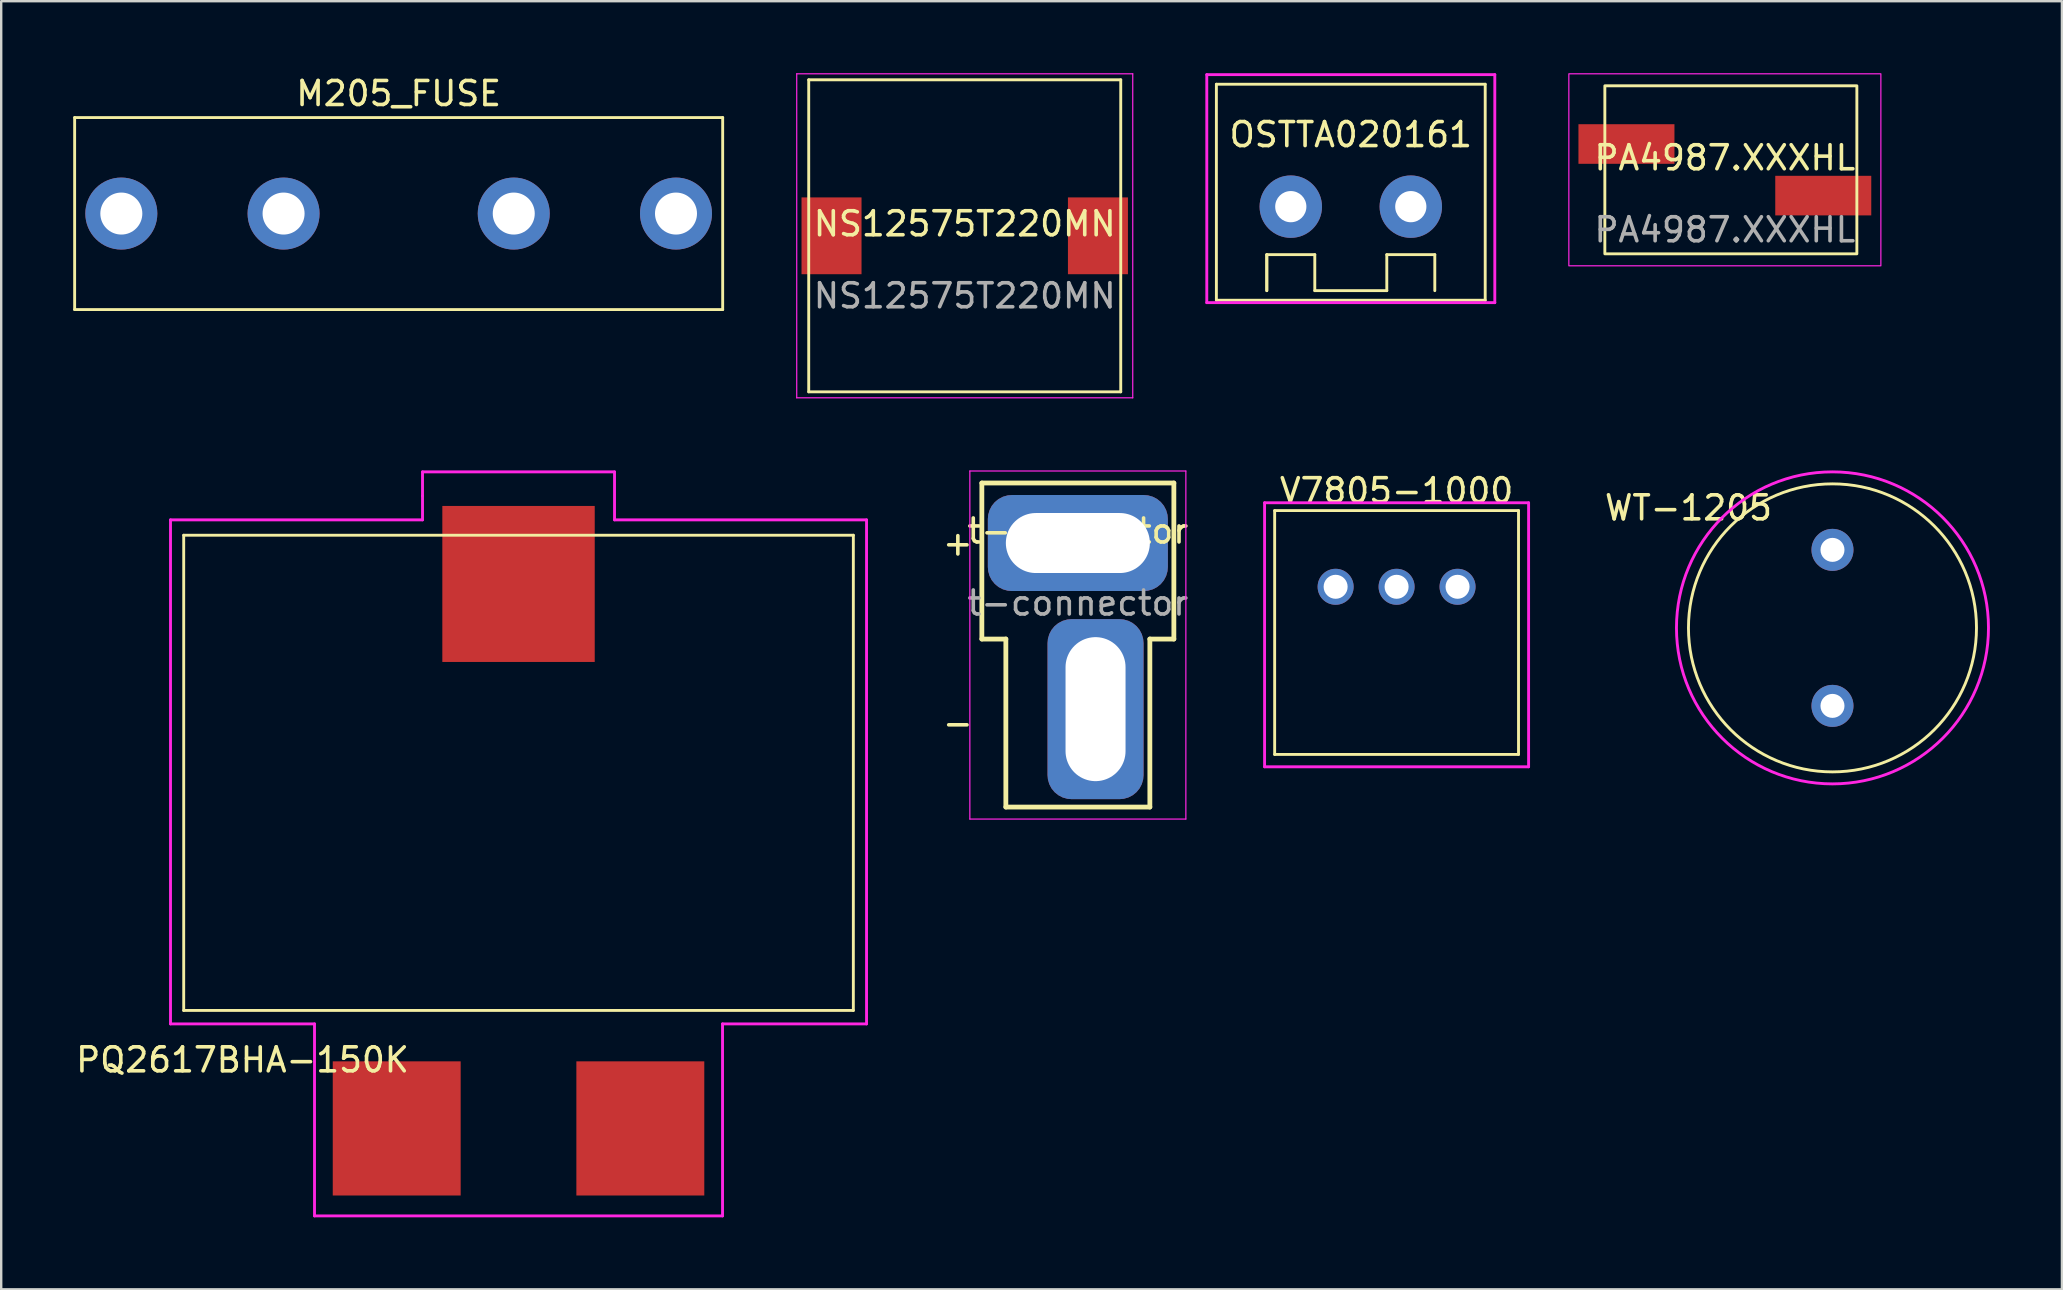
<source format=kicad_pcb>
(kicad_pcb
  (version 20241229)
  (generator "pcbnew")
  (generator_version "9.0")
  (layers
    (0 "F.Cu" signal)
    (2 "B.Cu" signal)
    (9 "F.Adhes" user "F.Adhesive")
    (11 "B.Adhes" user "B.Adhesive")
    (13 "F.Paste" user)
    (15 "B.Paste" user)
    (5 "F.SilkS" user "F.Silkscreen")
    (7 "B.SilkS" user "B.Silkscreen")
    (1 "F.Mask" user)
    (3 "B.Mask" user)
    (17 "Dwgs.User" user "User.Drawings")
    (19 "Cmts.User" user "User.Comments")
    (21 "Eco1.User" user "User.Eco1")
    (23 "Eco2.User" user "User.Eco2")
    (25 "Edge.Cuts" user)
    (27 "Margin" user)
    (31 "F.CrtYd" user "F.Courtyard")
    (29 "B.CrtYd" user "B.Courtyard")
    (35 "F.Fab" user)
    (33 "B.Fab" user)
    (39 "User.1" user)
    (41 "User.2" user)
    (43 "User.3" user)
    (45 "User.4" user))
  (footprint "M205_FUSE"
    (layer "F.Cu")
    (at 13.56 5.848)
    (property "Reference" "M205_FUSE" (at 0 -5 0) (layer "F.SilkS") (effects (font (size 1 1) (thickness 0.15))))
    (attr through_hole)
    (fp_line (start -13.5 -4) (end 13.5 -4) (stroke (width 0.12) (type solid)) (layer "F.SilkS"))
    (fp_line (start -13.5 4) (end -13.5 -4) (stroke (width 0.12) (type solid)) (layer "F.SilkS"))
    (fp_line (start 13.5 -4) (end 13.5 4) (stroke (width 0.12) (type solid)) (layer "F.SilkS"))
    (fp_line (start 13.5 4) (end -13.5 4) (stroke (width 0.12) (type solid)) (layer "F.SilkS"))
    (pad "1" thru_hole circle (at -11.555 0) (size 3 3) (drill 1.75) (layers "*.Cu" "*.Mask"))
    (pad "1" thru_hole circle (at -4.795 0) (size 3 3) (drill 1.75) (layers "*.Cu" "*.Mask"))
    (pad "2" thru_hole circle (at 4.795 0) (size 3 3) (drill 1.75) (layers "*.Cu" "*.Mask"))
    (pad "2" thru_hole circle (at 11.555 0) (size 3 3) (drill 1.75) (layers "*.Cu" "*.Mask")))
  (footprint "OSTTA020161"
    (layer "F.Cu")
    (at 53.23 5.56)
    (property "Reference" "OSTTA020161" (at 0 -3 0) (layer "F.SilkS") (effects (font (size 1 1) (thickness 0.15))))
    (attr through_hole)
    (fp_line (start -5.6 -5.1) (end 5.6 -5.1) (stroke (width 0.12) (type solid)) (layer "F.SilkS"))
    (fp_line (start -5.6 3.9) (end -5.6 -5.1) (stroke (width 0.12) (type solid)) (layer "F.SilkS"))
    (fp_line (start -5.6 3.9) (end 5.6 3.9) (stroke (width 0.12) (type solid)) (layer "F.SilkS"))
    (fp_line (start -3.5 2) (end -3.5 3.5) (stroke (width 0.12) (type solid)) (layer "F.SilkS"))
    (fp_line (start -3.5 2) (end -1.5 2) (stroke (width 0.12) (type solid)) (layer "F.SilkS"))
    (fp_line (start -3.5 3.5) (end -3.5 2) (stroke (width 0.12) (type solid)) (layer "F.SilkS"))
    (fp_line (start -1.5 2) (end -1.5 3.5) (stroke (width 0.12) (type solid)) (layer "F.SilkS"))
    (fp_line (start -1.5 3.5) (end 1.5 3.5) (stroke (width 0.12) (type solid)) (layer "F.SilkS"))
    (fp_line (start 1.5 2) (end 3.5 2) (stroke (width 0.12) (type solid)) (layer "F.SilkS"))
    (fp_line (start 1.5 3.5) (end 1.5 2) (stroke (width 0.12) (type solid)) (layer "F.SilkS"))
    (fp_line (start 3.5 2) (end 3.5 3.5) (stroke (width 0.12) (type solid)) (layer "F.SilkS"))
    (fp_line (start 5.6 3.9) (end 5.6 -5.1) (stroke (width 0.12) (type solid)) (layer "F.SilkS"))
    (fp_line (start -6 -5.5) (end -6 4) (stroke (width 0.12) (type solid)) (layer "F.CrtYd"))
    (fp_line (start -6 4) (end 6 4) (stroke (width 0.12) (type solid)) (layer "F.CrtYd"))
    (fp_line (start 6 -5.5) (end -6 -5.5) (stroke (width 0.12) (type solid)) (layer "F.CrtYd"))
    (fp_line (start 6 4) (end 6 -5.5) (stroke (width 0.12) (type solid)) (layer "F.CrtYd"))
    (pad "1" thru_hole circle (at -2.5 0) (size 2.6 2.6) (drill 1.3) (layers "*.Cu" "*.Mask"))
    (pad "2" thru_hole circle (at 2.5 0) (size 2.6 2.6) (drill 1.3) (layers "*.Cu" "*.Mask")))
  (footprint "NS12575T220MN"
    (layer "F.Cu")
    (at 37.145 6.775)
    (property "Reference" "NS12575T220MN" (at 0 -0.5 0) (unlocked yes) (layer "F.SilkS") (effects (font (size 1 1) (thickness 0.15))))
    (attr smd)
    (fp_line (start -6.5 -6.5) (end -6.5 6.5) (stroke (width 0.12) (type solid)) (layer "F.SilkS"))
    (fp_line (start -6.5 6.5) (end 6.5 6.5) (stroke (width 0.12) (type solid)) (layer "F.SilkS"))
    (fp_line (start 6.5 -6.5) (end -6.5 -6.5) (stroke (width 0.12) (type solid)) (layer "F.SilkS"))
    (fp_line (start 6.5 6.5) (end 6.5 -6.5) (stroke (width 0.12) (type solid)) (layer "F.SilkS"))
    (fp_line (start -7 -6.75) (end 7 -6.75) (stroke (width 0.05) (type solid)) (layer "F.CrtYd"))
    (fp_line (start -7 6.75) (end -7 -6.75) (stroke (width 0.05) (type solid)) (layer "F.CrtYd"))
    (fp_line (start 7 -6.75) (end 7 6.75) (stroke (width 0.05) (type solid)) (layer "F.CrtYd"))
    (fp_line (start 7 6.75) (end -7 6.75) (stroke (width 0.05) (type solid)) (layer "F.CrtYd"))
    (fp_text user "${REFERENCE}" (at 0 2.5 0) (unlocked yes) (layer "F.Fab") (effects (font (size 1 1) (thickness 0.15))))
    (pad "1" smd rect (at -5.55 0) (size 2.5 3.2) (layers "F.Cu" "F.Mask" "F.Paste"))
    (pad "2" smd rect (at 5.55 0) (size 2.5 3.2) (layers "F.Cu" "F.Mask" "F.Paste")))
  (footprint "PQ2617BHA-150K"
    (layer "F.Cu")
    (at 18.554 29.61)
    (property "Reference" "PQ2617BHA-150K" (at -11.5 11.5 0) (layer "F.SilkS") (effects (font (size 1 1) (thickness 0.15))))
    (attr through_hole)
    (fp_line (start -13.95 -10.36) (end -13.95 9.44) (stroke (width 0.12) (type solid)) (layer "F.SilkS"))
    (fp_line (start -13.95 -10.36) (end 13.95 -10.36) (stroke (width 0.12) (type solid)) (layer "F.SilkS"))
    (fp_line (start -13.95 9.44) (end 13.95 9.44) (stroke (width 0.12) (type solid)) (layer "F.SilkS"))
    (fp_line (start 13.95 -10.36) (end 13.95 9.44) (stroke (width 0.12) (type solid)) (layer "F.SilkS"))
    (fp_line (start -14.5 -11) (end -14.5 10) (stroke (width 0.12) (type solid)) (layer "F.CrtYd"))
    (fp_line (start -14.5 10) (end -8.5 10) (stroke (width 0.12) (type solid)) (layer "F.CrtYd"))
    (fp_line (start -8.5 10) (end -8.5 18) (stroke (width 0.12) (type solid)) (layer "F.CrtYd"))
    (fp_line (start -8.5 18) (end 8.5 18) (stroke (width 0.12) (type solid)) (layer "F.CrtYd"))
    (fp_line (start -4 -13) (end -4 -12) (stroke (width 0.12) (type solid)) (layer "F.CrtYd"))
    (fp_line (start -4 -12) (end -4 -11) (stroke (width 0.12) (type solid)) (layer "F.CrtYd"))
    (fp_line (start -4 -11) (end -14.5 -11) (stroke (width 0.12) (type solid)) (layer "F.CrtYd"))
    (fp_line (start 4 -13) (end -4 -13) (stroke (width 0.12) (type solid)) (layer "F.CrtYd"))
    (fp_line (start 4 -11) (end 4 -13) (stroke (width 0.12) (type solid)) (layer "F.CrtYd"))
    (fp_line (start 8.5 10) (end 14.5 10) (stroke (width 0.12) (type solid)) (layer "F.CrtYd"))
    (fp_line (start 8.5 18) (end 8.5 10) (stroke (width 0.12) (type solid)) (layer "F.CrtYd"))
    (fp_line (start 14.5 -11) (end 4 -11) (stroke (width 0.12) (type solid)) (layer "F.CrtYd"))
    (fp_line (start 14.5 10) (end 14.5 -11) (stroke (width 0.12) (type solid)) (layer "F.CrtYd"))
    (pad "" smd rect (at 0 -5.08) (size 6.35 6.5) (drill (offset 0 -3.25)) (layers "F.Cu" "F.Mask" "F.Paste"))
    (pad "1" smd rect (at -2.41 11.56) (size 5.33 5.59) (drill (offset -2.665 2.795)) (layers "F.Cu" "F.Mask" "F.Paste"))
    (pad "2" smd rect (at 2.41 11.56) (size 5.33 5.59) (drill (offset 2.665 2.795)) (layers "F.Cu" "F.Mask" "F.Paste")))
  (footprint "WT-1205"
    (layer "F.Cu")
    (at 73.299 23.11)
    (property "Reference" "WT-1205" (at -6 -5 0) (layer "F.SilkS") (effects (font (size 1 1) (thickness 0.15))))
    (attr through_hole)
    (fp_circle (center 0 0) (end 6 0) (stroke (width 0.12) (type solid)) (fill no) (layer "F.SilkS"))
    (fp_circle (center 0 0) (end 6.5 0) (stroke (width 0.12) (type solid)) (fill no) (layer "F.CrtYd"))
    (pad "1" thru_hole circle (at 0 -3.25) (size 1.75 1.75) (drill 1) (layers "*.Cu" "*.Mask"))
    (pad "2" thru_hole circle (at 0 3.25) (size 1.75 1.75) (drill 1) (layers "*.Cu" "*.Mask")))
  (footprint "PA4987.XXXHL"
    (layer "F.Cu")
    (at 68.815 4.025)
    (property "Reference" "PA4987.XXXHL" (at 0 -0.5 0) (unlocked yes) (layer "F.SilkS") (effects (font (size 1 1) (thickness 0.15))))
    (attr smd)
    (fp_rect (start -5 -3.5) (end 5.5 3.5) (stroke (width 0.12) (type solid)) (fill no) (layer "F.SilkS"))
    (fp_rect (start 6.5 -4) (end -6.5 4) (stroke (width 0.05) (type solid)) (fill no) (layer "F.CrtYd"))
    (fp_text user "${REFERENCE}" (at 0 2.5 0) (unlocked yes) (layer "F.Fab") (effects (font (size 1 1) (thickness 0.15))))
    (pad "1" smd rect (at -4.1 -1.075) (size 4 1.65) (layers "F.Cu" "F.Mask" "F.Paste"))
    (pad "2" smd rect (at 4.1 1.075) (size 4 1.65) (layers "F.Cu" "F.Mask" "F.Paste")))
  (footprint "V7805-1000"
    (layer "F.Cu")
    (at 55.138 21.398)
    (property "Reference" "V7805-1000" (at 0 -4 0) (layer "F.SilkS") (effects (font (size 1 1) (thickness 0.15))))
    (attr through_hole)
    (fp_line (start -5.08 -3.175) (end 5.08 -3.175) (stroke (width 0.12) (type solid)) (layer "F.SilkS"))
    (fp_line (start -5.08 6.985) (end -5.08 -3.175) (stroke (width 0.12) (type solid)) (layer "F.SilkS"))
    (fp_line (start 5.08 -3.175) (end 5.08 6.985) (stroke (width 0.12) (type solid)) (layer "F.SilkS"))
    (fp_line (start 5.08 6.985) (end -5.08 6.985) (stroke (width 0.12) (type solid)) (layer "F.SilkS"))
    (fp_line (start -5.5 -3.5) (end -5.5 7.5) (stroke (width 0.12) (type solid)) (layer "F.CrtYd"))
    (fp_line (start -5.5 7.5) (end 5.5 7.5) (stroke (width 0.12) (type solid)) (layer "F.CrtYd"))
    (fp_line (start 5.5 -3.5) (end -5.5 -3.5) (stroke (width 0.12) (type solid)) (layer "F.CrtYd"))
    (fp_line (start 5.5 7.5) (end 5.5 -3.5) (stroke (width 0.12) (type solid)) (layer "F.CrtYd"))
    (pad "1" thru_hole circle (at -2.54 0) (size 1.5 1.5) (drill 1) (layers "*.Cu" "*.Mask"))
    (pad "2" thru_hole circle (at 0 0) (size 1.5 1.5) (drill 1) (layers "*.Cu" "*.Mask"))
    (pad "3" thru_hole circle (at 2.54 0) (size 1.5 1.5) (drill 1) (layers "*.Cu" "*.Mask")))
  (footprint "t-connector"
    (layer "F.Cu")
    (at 41.858 19.575)
    (property "Reference" "t-connector" (at 0 -0.5 0) (unlocked yes) (layer "F.SilkS") (effects (font (size 1 1) (thickness 0.15))))
    (attr through_hole)
    (fp_line (start -4 -2.5) (end -4 4) (stroke (width 0.2) (type solid)) (layer "F.SilkS"))
    (fp_line (start -4 4) (end -3 4) (stroke (width 0.2) (type solid)) (layer "F.SilkS"))
    (fp_line (start -3 4) (end -3 11) (stroke (width 0.2) (type solid)) (layer "F.SilkS"))
    (fp_line (start -3 11) (end 3 11) (stroke (width 0.2) (type solid)) (layer "F.SilkS"))
    (fp_line (start 3 4) (end 4 4) (stroke (width 0.2) (type solid)) (layer "F.SilkS"))
    (fp_line (start 3 11) (end 3 4) (stroke (width 0.2) (type solid)) (layer "F.SilkS"))
    (fp_line (start 4 -2.5) (end -4 -2.5) (stroke (width 0.2) (type solid)) (layer "F.SilkS"))
    (fp_line (start 4 4) (end 4 -2.5) (stroke (width 0.2) (type solid)) (layer "F.SilkS"))
    (fp_line (start -4.5 -3) (end 4.5 -3) (stroke (width 0.05) (type solid)) (layer "F.CrtYd"))
    (fp_line (start -4.5 11.5) (end -4.5 -3) (stroke (width 0.05) (type solid)) (layer "F.CrtYd"))
    (fp_line (start 4.5 -3) (end 4.5 11.5) (stroke (width 0.05) (type solid)) (layer "F.CrtYd"))
    (fp_line (start 4.5 11.5) (end -4.5 11.5) (stroke (width 0.05) (type solid)) (layer "F.CrtYd"))
    (fp_text user "+" (at -5 0 0) (unlocked yes) (layer "F.SilkS") (effects (font (size 1 1) (thickness 0.15))))
    (fp_text user "-" (at -5 7.5 0) (unlocked yes) (layer "F.SilkS") (effects (font (size 1 1) (thickness 0.15))))
    (fp_text user "${REFERENCE}" (at 0 2.5 0) (unlocked yes) (layer "F.Fab") (effects (font (size 1 1) (thickness 0.15))))
    (pad "1" thru_hole roundrect (at 0.737 6.921) (size 4 7.5) (drill oval 2.5 6) (layers "*.Cu" "*.Mask") (roundrect_rratio 0.25))
    (pad "2" thru_hole roundrect (at 0 0 90) (size 4 7.5) (drill oval 2.5 6) (layers "*.Cu" "*.Mask") (roundrect_rratio 0.25)))
  (gr_rect
    (start -3 -3)
    (end 82.859 50.67)
    (stroke (width 0.1) (type default))
    (fill no)
    (layer "Edge.Cuts")))
</source>
